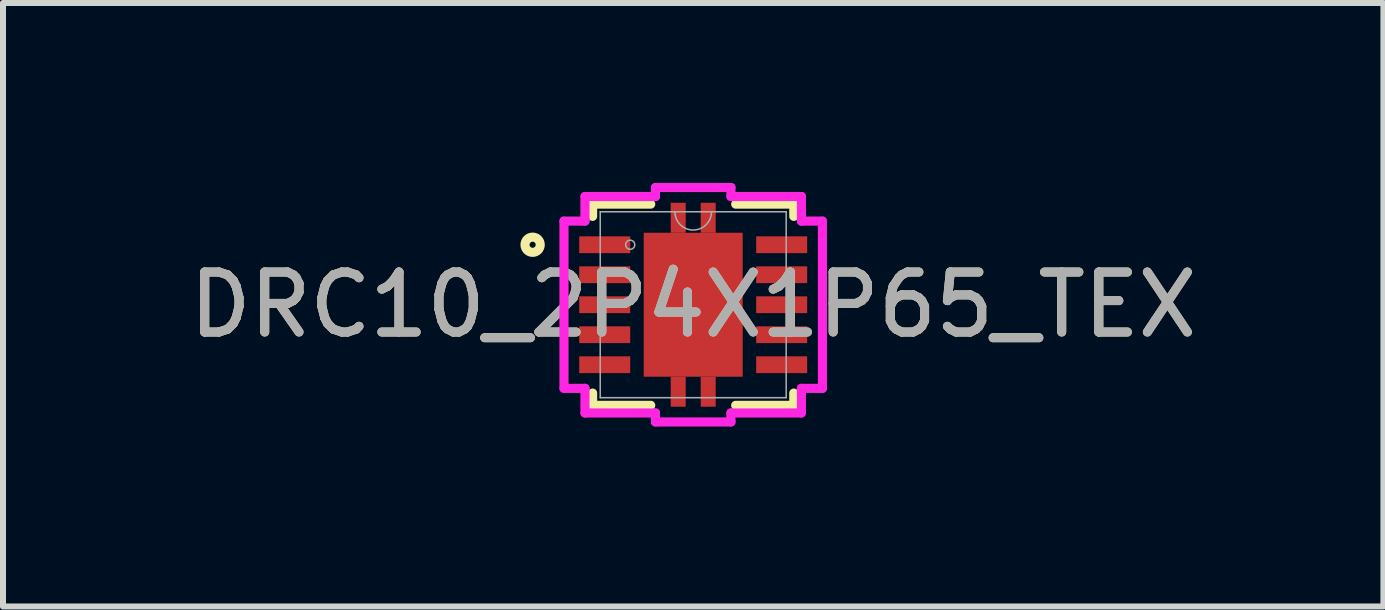
<source format=kicad_pcb>
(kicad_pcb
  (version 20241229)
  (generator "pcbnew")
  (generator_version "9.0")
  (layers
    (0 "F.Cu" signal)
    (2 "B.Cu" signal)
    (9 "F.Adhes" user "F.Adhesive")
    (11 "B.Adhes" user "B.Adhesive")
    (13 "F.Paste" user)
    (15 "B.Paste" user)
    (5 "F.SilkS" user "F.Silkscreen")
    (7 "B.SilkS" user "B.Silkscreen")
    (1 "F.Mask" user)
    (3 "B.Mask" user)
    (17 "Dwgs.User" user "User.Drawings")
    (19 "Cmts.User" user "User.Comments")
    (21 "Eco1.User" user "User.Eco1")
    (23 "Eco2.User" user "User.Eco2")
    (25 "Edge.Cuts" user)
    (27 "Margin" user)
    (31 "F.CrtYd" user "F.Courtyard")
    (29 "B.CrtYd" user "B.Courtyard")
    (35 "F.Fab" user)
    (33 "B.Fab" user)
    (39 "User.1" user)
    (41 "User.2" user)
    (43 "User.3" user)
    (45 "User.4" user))
  (footprint "DRC10_2P4X1P65_TEX"
    (layer "F.Cu")
    (at 8.506 2.03)
    (property "Reference" "DRC10_2P4X1P65_TEX" (at 0 0 0) (unlocked yes) (layer "F.SilkS") (effects (font (size 1 1) (thickness 0.15))))
    (attr smd)
    (fp_poly (pts (xy -0.125 -1.2) (xy -0.125 -1.7) (xy -0.375 -1.7) (xy -0.375 -1.2)) (stroke (width 0) (type solid)) (fill yes) (layer "F.Cu"))
    (fp_poly (pts (xy -0.125 1.2) (xy -0.125 1.7) (xy -0.375 1.7) (xy -0.375 1.2)) (stroke (width 0) (type solid)) (fill yes) (layer "F.Cu"))
    (fp_poly (pts (xy 0.125 -1.2) (xy 0.125 -1.7) (xy 0.375 -1.7) (xy 0.375 -1.2)) (stroke (width 0) (type solid)) (fill yes) (layer "F.Cu"))
    (fp_poly (pts (xy 0.125 1.2) (xy 0.125 1.7) (xy 0.375 1.7) (xy 0.375 1.2)) (stroke (width 0) (type solid)) (fill yes) (layer "F.Cu"))
    (fp_poly (pts (xy -0.125 -1.2) (xy -0.125 -1.7) (xy -0.375 -1.7) (xy -0.375 -1.2)) (stroke (width 0) (type solid)) (fill yes) (layer "F.Mask"))
    (fp_poly (pts (xy -0.125 1.2) (xy -0.125 1.7) (xy -0.375 1.7) (xy -0.375 1.2)) (stroke (width 0) (type solid)) (fill yes) (layer "F.Mask"))
    (fp_poly (pts (xy 0.125 -1.2) (xy 0.125 -1.7) (xy 0.375 -1.7) (xy 0.375 -1.2)) (stroke (width 0) (type solid)) (fill yes) (layer "F.Mask"))
    (fp_poly (pts (xy 0.125 1.2) (xy 0.125 1.7) (xy 0.375 1.7) (xy 0.375 1.2)) (stroke (width 0) (type solid)) (fill yes) (layer "F.Mask"))
    (fp_poly (pts (xy -0.895 -1.27) (xy -0.895 1.27) (xy -0.445 1.27) (xy -0.445 1.77) (xy -0.055 1.77) (xy -0.055 1.27) (xy 0.055 1.27) (xy 0.055 1.77) (xy 0.445 1.77) (xy 0.445 1.27) (xy 0.895 1.27) (xy 0.895 -1.27) (xy 0.445 -1.27) (xy 0.445 -1.77) (xy 0.055 -1.77) (xy 0.055 -1.333) (xy 0.055 -1.27) (xy -0.055 -1.27) (xy -0.055 -1.77) (xy -0.445 -1.77) (xy -0.445 -1.27)) (stroke (width 0) (type solid)) (fill yes) (layer "F.Mask"))
    (fp_line (start -1.677 -1.677) (end -1.677 -1.473) (stroke (width 0.152) (type solid)) (layer "F.SilkS"))
    (fp_line (start -1.677 1.473) (end -1.677 1.677) (stroke (width 0.152) (type solid)) (layer "F.SilkS"))
    (fp_line (start -1.677 1.677) (end -0.708 1.677) (stroke (width 0.152) (type solid)) (layer "F.SilkS"))
    (fp_line (start -0.708 -1.677) (end -1.677 -1.677) (stroke (width 0.152) (type solid)) (layer "F.SilkS"))
    (fp_line (start 0.708 1.677) (end 1.677 1.677) (stroke (width 0.152) (type solid)) (layer "F.SilkS"))
    (fp_line (start 1.677 -1.677) (end 0.708 -1.677) (stroke (width 0.152) (type solid)) (layer "F.SilkS"))
    (fp_line (start 1.677 -1.473) (end 1.677 -1.677) (stroke (width 0.152) (type solid)) (layer "F.SilkS"))
    (fp_line (start 1.677 1.677) (end 1.677 1.473) (stroke (width 0.152) (type solid)) (layer "F.SilkS"))
    (fp_circle (center -2.677 -1) (end -2.55 -1) (stroke (width 0.152) (type solid)) (fill no) (layer "F.SilkS"))
    (fp_poly (pts (xy -0.375 -1.7) (xy -0.125 -1.7) (xy -0.125 -1.2) (xy 0.125 -1.2) (xy 0.125 -1.7) (xy 0.375 -1.7) (xy 0.375 -1.2) (xy 0.825 -1.2) (xy 0.825 1.2) (xy 0.375 1.2) (xy 0.375 1.7) (xy 0.125 1.7) (xy 0.125 1.2) (xy -0.125 1.2) (xy -0.125 1.7) (xy -0.375 1.7) (xy -0.375 1.2) (xy -0.825 1.2) (xy -0.825 -1.2) (xy -0.375 -1.2)) (stroke (width 0) (type solid)) (fill yes) (layer "F.Paste"))
    (fp_line (start -2.154 -1.394) (end -2.154 1.394) (stroke (width 0.152) (type solid)) (layer "F.CrtYd"))
    (fp_line (start -2.154 1.394) (end -1.804 1.394) (stroke (width 0.152) (type solid)) (layer "F.CrtYd"))
    (fp_line (start -1.804 -1.804) (end -1.804 -1.394) (stroke (width 0.152) (type solid)) (layer "F.CrtYd"))
    (fp_line (start -1.804 -1.394) (end -2.154 -1.394) (stroke (width 0.152) (type solid)) (layer "F.CrtYd"))
    (fp_line (start -1.804 1.394) (end -1.804 1.804) (stroke (width 0.152) (type solid)) (layer "F.CrtYd"))
    (fp_line (start -1.804 1.804) (end -0.629 1.804) (stroke (width 0.152) (type solid)) (layer "F.CrtYd"))
    (fp_line (start -0.629 -1.954) (end -0.629 -1.804) (stroke (width 0.152) (type solid)) (layer "F.CrtYd"))
    (fp_line (start -0.629 -1.804) (end -1.804 -1.804) (stroke (width 0.152) (type solid)) (layer "F.CrtYd"))
    (fp_line (start -0.629 1.804) (end -0.629 1.954) (stroke (width 0.152) (type solid)) (layer "F.CrtYd"))
    (fp_line (start -0.629 1.954) (end 0.629 1.954) (stroke (width 0.152) (type solid)) (layer "F.CrtYd"))
    (fp_line (start 0.629 -1.954) (end -0.629 -1.954) (stroke (width 0.152) (type solid)) (layer "F.CrtYd"))
    (fp_line (start 0.629 -1.804) (end 0.629 -1.954) (stroke (width 0.152) (type solid)) (layer "F.CrtYd"))
    (fp_line (start 0.629 1.804) (end 1.804 1.804) (stroke (width 0.152) (type solid)) (layer "F.CrtYd"))
    (fp_line (start 0.629 1.954) (end 0.629 1.804) (stroke (width 0.152) (type solid)) (layer "F.CrtYd"))
    (fp_line (start 1.804 -1.804) (end 0.629 -1.804) (stroke (width 0.152) (type solid)) (layer "F.CrtYd"))
    (fp_line (start 1.804 -1.394) (end 1.804 -1.804) (stroke (width 0.152) (type solid)) (layer "F.CrtYd"))
    (fp_line (start 1.804 1.394) (end 2.154 1.394) (stroke (width 0.152) (type solid)) (layer "F.CrtYd"))
    (fp_line (start 1.804 1.804) (end 1.804 1.394) (stroke (width 0.152) (type solid)) (layer "F.CrtYd"))
    (fp_line (start 2.154 -1.394) (end 1.804 -1.394) (stroke (width 0.152) (type solid)) (layer "F.CrtYd"))
    (fp_line (start 2.154 1.394) (end 2.154 -1.394) (stroke (width 0.152) (type solid)) (layer "F.CrtYd"))
    (fp_line (start -1.55 -1.55) (end -1.55 1.55) (stroke (width 0.025) (type solid)) (layer "F.Fab"))
    (fp_line (start -1.55 1.55) (end 1.55 1.55) (stroke (width 0.025) (type solid)) (layer "F.Fab"))
    (fp_line (start 1.55 -1.55) (end -1.55 -1.55) (stroke (width 0.025) (type solid)) (layer "F.Fab"))
    (fp_line (start 1.55 1.55) (end 1.55 -1.55) (stroke (width 0.025) (type solid)) (layer "F.Fab"))
    (fp_arc (start 0.3048 -1.549999) (mid 0 -1.245199) (end -0.3048 -1.549999) (stroke (width 0.0254) (type solid)) (layer "F.Fab"))
    (fp_circle (center -1.05 -1) (end -0.974 -1) (stroke (width 0.025) (type solid)) (fill no) (layer "F.Fab"))
    (fp_text user "${REFERENCE}" (at 0 0 0) (unlocked yes) (layer "F.Fab") (effects (font (size 1 1) (thickness 0.15))))
    (pad "1" smd rect (at -1.475 -1) (size 0.85 0.28) (layers "F.Cu" "F.Mask" "F.Paste"))
    (pad "2" smd rect (at -1.475 -0.5) (size 0.85 0.28) (layers "F.Cu" "F.Mask" "F.Paste"))
    (pad "3" smd rect (at -1.475 0) (size 0.85 0.28) (layers "F.Cu" "F.Mask" "F.Paste"))
    (pad "4" smd rect (at -1.475 0.5) (size 0.85 0.28) (layers "F.Cu" "F.Mask" "F.Paste"))
    (pad "5" smd rect (at -1.475 1) (size 0.85 0.28) (layers "F.Cu" "F.Mask" "F.Paste"))
    (pad "6" smd rect (at 1.475 1) (size 0.85 0.28) (layers "F.Cu" "F.Mask" "F.Paste"))
    (pad "7" smd rect (at 1.475 0.5) (size 0.85 0.28) (layers "F.Cu" "F.Mask" "F.Paste"))
    (pad "8" smd rect (at 1.475 0) (size 0.85 0.28) (layers "F.Cu" "F.Mask" "F.Paste"))
    (pad "9" smd rect (at 1.475 -0.5) (size 0.85 0.28) (layers "F.Cu" "F.Mask" "F.Paste"))
    (pad "10" smd rect (at 1.475 -1) (size 0.85 0.28) (layers "F.Cu" "F.Mask" "F.Paste"))
    (pad "11" smd rect (at 0 0) (size 1.65 2.4) (layers "F.Cu")))
  (gr_rect
    (start -3 -3)
    (end 20.012 7.06)
    (stroke (width 0.1) (type default))
    (fill no)
    (layer "Edge.Cuts")))
</source>
